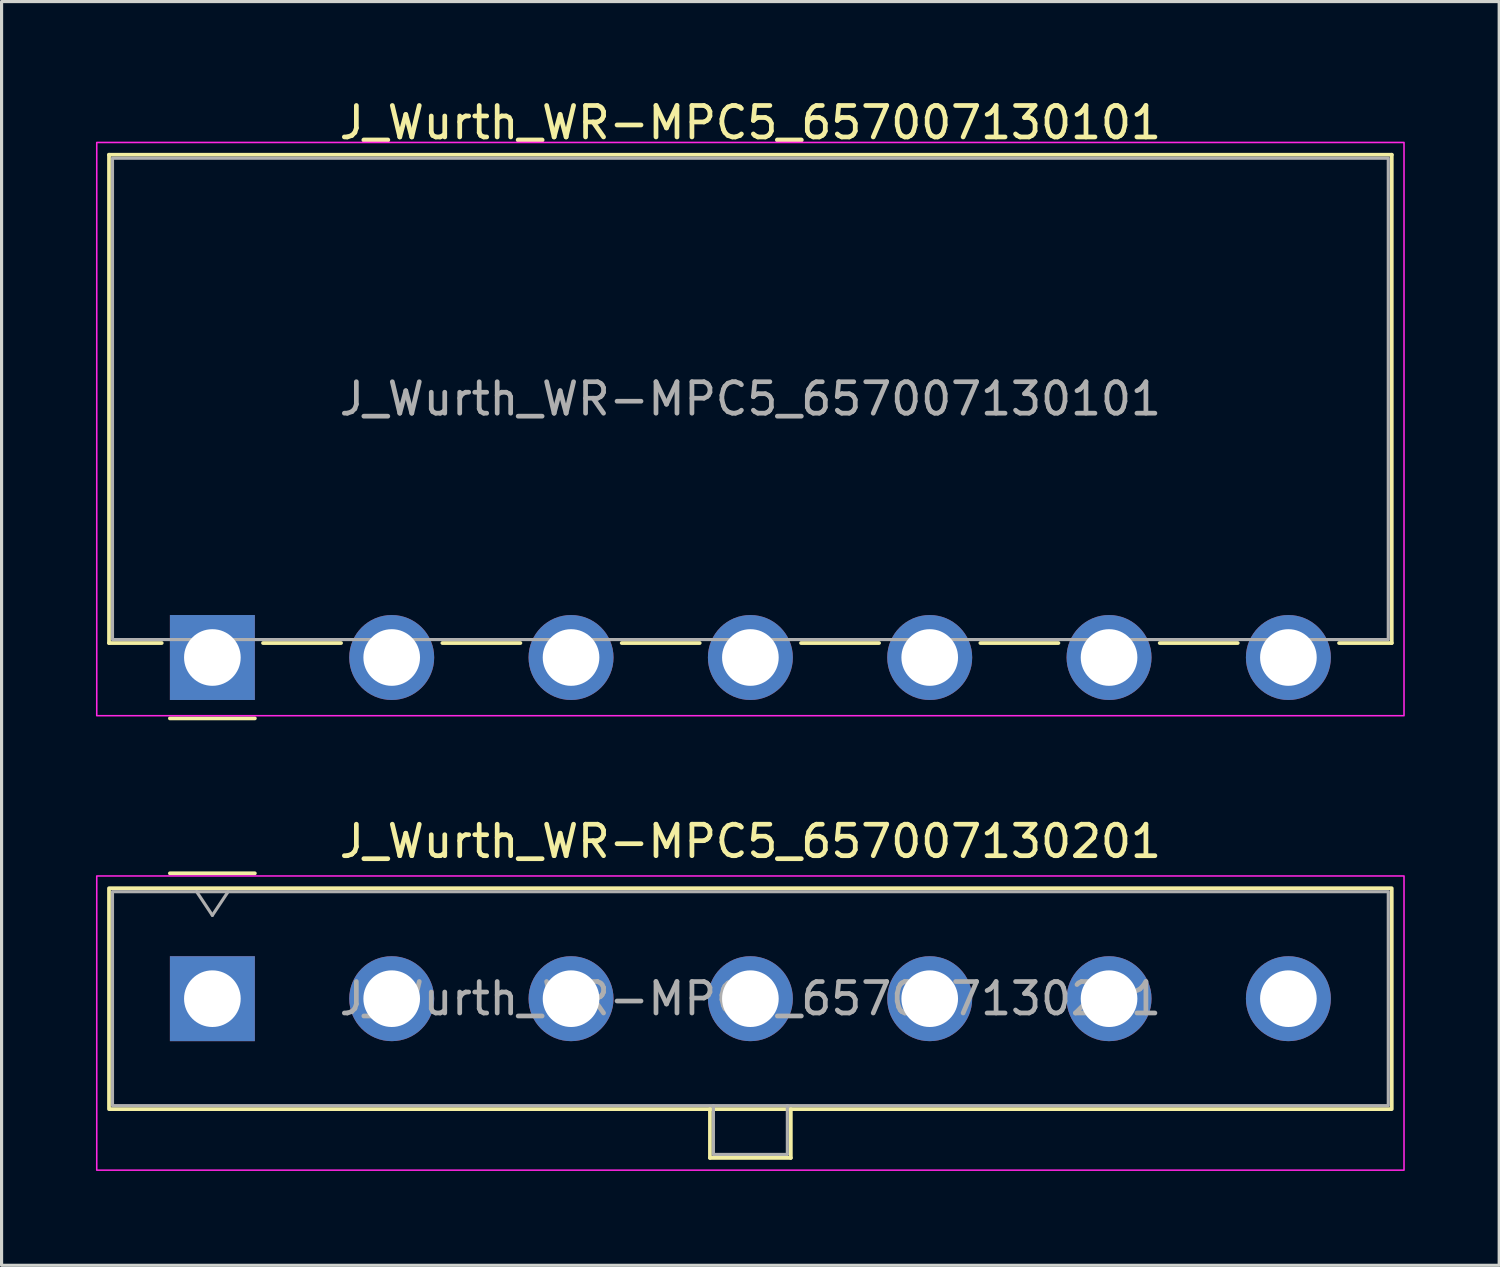
<source format=kicad_pcb>
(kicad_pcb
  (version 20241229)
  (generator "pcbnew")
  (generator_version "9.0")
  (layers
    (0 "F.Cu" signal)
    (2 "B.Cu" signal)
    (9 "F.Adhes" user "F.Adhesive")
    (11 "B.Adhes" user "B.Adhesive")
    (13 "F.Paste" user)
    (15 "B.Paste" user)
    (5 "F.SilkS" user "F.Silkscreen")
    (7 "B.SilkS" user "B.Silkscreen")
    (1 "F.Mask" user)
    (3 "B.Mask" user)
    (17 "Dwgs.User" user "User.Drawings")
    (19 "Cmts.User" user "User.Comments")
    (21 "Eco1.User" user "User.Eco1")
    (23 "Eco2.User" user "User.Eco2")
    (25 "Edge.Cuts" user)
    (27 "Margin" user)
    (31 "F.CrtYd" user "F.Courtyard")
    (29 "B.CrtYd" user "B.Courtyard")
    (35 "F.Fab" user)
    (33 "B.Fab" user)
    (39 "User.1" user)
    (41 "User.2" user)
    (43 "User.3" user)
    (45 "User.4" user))
  (footprint "J_Wurth_WR-MPC5_657007130101"
    (layer "F.Cu")
    (at 3.7 17.848)
    (property "Reference" "J_Wurth_WR-MPC5_657007130101" (at 17.1 -17 0) (unlocked yes) (layer "F.SilkS") (effects (font (size 1 1) (thickness 0.15))))
    (attr through_hole)
    (fp_line (start -3.285 -15.98) (end -3.285 -0.46) (stroke (width 0.12) (type solid)) (layer "F.SilkS"))
    (fp_line (start -3.285 -15.98) (end 37.485 -15.98) (stroke (width 0.12) (type solid)) (layer "F.SilkS"))
    (fp_line (start -1.61 -0.46) (end -3.285 -0.46) (stroke (width 0.12) (type solid)) (layer "F.SilkS"))
    (fp_line (start 1.35 1.935) (end -1.35 1.935) (stroke (width 0.12) (type solid)) (layer "F.SilkS"))
    (fp_line (start 4.09 -0.46) (end 1.61 -0.46) (stroke (width 0.12) (type solid)) (layer "F.SilkS"))
    (fp_line (start 9.79 -0.46) (end 7.31 -0.46) (stroke (width 0.12) (type solid)) (layer "F.SilkS"))
    (fp_line (start 15.49 -0.46) (end 13.01 -0.46) (stroke (width 0.12) (type solid)) (layer "F.SilkS"))
    (fp_line (start 21.19 -0.46) (end 18.71 -0.46) (stroke (width 0.12) (type solid)) (layer "F.SilkS"))
    (fp_line (start 26.89 -0.46) (end 24.41 -0.46) (stroke (width 0.12) (type solid)) (layer "F.SilkS"))
    (fp_line (start 32.59 -0.46) (end 30.11 -0.46) (stroke (width 0.12) (type solid)) (layer "F.SilkS"))
    (fp_line (start 35.81 -0.46) (end 37.485 -0.46) (stroke (width 0.12) (type solid)) (layer "F.SilkS"))
    (fp_line (start 37.485 -15.98) (end 37.485 -0.46) (stroke (width 0.12) (type solid)) (layer "F.SilkS"))
    (fp_rect (start -3.675 -16.37) (end 37.875 1.85) (stroke (width 0.05) (type solid)) (fill no) (layer "F.CrtYd"))
    (fp_line (start 0 0.18) (end -0.5 -0.57) (stroke (width 0.1) (type solid)) (layer "F.Fab"))
    (fp_line (start 0 0.18) (end 0.5 -0.57) (stroke (width 0.1) (type solid)) (layer "F.Fab"))
    (fp_rect (start -3.175 -15.87) (end 37.375 -0.57) (stroke (width 0.1) (type solid)) (fill no) (layer "F.Fab"))
    (fp_text user "${REFERENCE}" (at 17.1 -8.22 0) (unlocked yes) (layer "F.Fab") (effects (font (size 1 1) (thickness 0.15))))
    (pad "1" thru_hole rect (at 0 0 180) (size 2.7 2.7) (drill 1.8) (layers "*.Cu" "*.Mask"))
    (pad "2" thru_hole circle (at 5.7 0 180) (size 2.7 2.7) (drill 1.8) (layers "*.Cu" "*.Mask"))
    (pad "3" thru_hole circle (at 11.4 0 180) (size 2.7 2.7) (drill 1.8) (layers "*.Cu" "*.Mask"))
    (pad "4" thru_hole circle (at 17.1 0 180) (size 2.7 2.7) (drill 1.8) (layers "*.Cu" "*.Mask"))
    (pad "5" thru_hole circle (at 22.8 0 180) (size 2.7 2.7) (drill 1.8) (layers "*.Cu" "*.Mask"))
    (pad "6" thru_hole circle (at 28.5 0 180) (size 2.7 2.7) (drill 1.8) (layers "*.Cu" "*.Mask"))
    (pad "7" thru_hole circle (at 34.2 0 180) (size 2.7 2.7) (drill 1.8) (layers "*.Cu" "*.Mask")))
  (footprint "J_Wurth_WR-MPC5_657007130201"
    (layer "F.Cu")
    (at 3.7 28.692)
    (property "Reference" "J_Wurth_WR-MPC5_657007130201" (at 17.1 -5 0) (unlocked yes) (layer "F.SilkS") (effects (font (size 1 1) (thickness 0.15))))
    (attr through_hole)
    (fp_line (start -1.35 -3.985) (end 1.35 -3.985) (stroke (width 0.12) (type solid)) (layer "F.SilkS"))
    (fp_line (start 15.815 3.51) (end 15.815 5.06) (stroke (width 0.12) (type solid)) (layer "F.SilkS"))
    (fp_line (start 15.815 5.06) (end 18.385 5.06) (stroke (width 0.12) (type solid)) (layer "F.SilkS"))
    (fp_line (start 18.385 3.51) (end 18.385 5.06) (stroke (width 0.12) (type solid)) (layer "F.SilkS"))
    (fp_rect (start -3.285 -3.51) (end 37.485 3.51) (stroke (width 0.12) (type solid)) (fill no) (layer "F.SilkS"))
    (fp_rect (start -3.675 -3.9) (end 37.875 5.45) (stroke (width 0.05) (type solid)) (fill no) (layer "F.CrtYd"))
    (fp_line (start 0 -2.65) (end -0.5 -3.4) (stroke (width 0.1) (type solid)) (layer "F.Fab"))
    (fp_line (start 0 -2.65) (end 0.5 -3.4) (stroke (width 0.1) (type solid)) (layer "F.Fab"))
    (fp_line (start 15.925 4.95) (end 15.925 3.4) (stroke (width 0.1) (type solid)) (layer "F.Fab"))
    (fp_line (start 18.275 3.4) (end 18.275 4.95) (stroke (width 0.1) (type solid)) (layer "F.Fab"))
    (fp_line (start 18.275 4.95) (end 15.925 4.95) (stroke (width 0.1) (type solid)) (layer "F.Fab"))
    (fp_rect (start -3.175 -3.4) (end 37.375 3.4) (stroke (width 0.1) (type solid)) (fill no) (layer "F.Fab"))
    (fp_text user "${REFERENCE}" (at 17.1 0 0) (unlocked yes) (layer "F.Fab") (effects (font (size 1 1) (thickness 0.15))))
    (pad "1" thru_hole rect (at 0 0 180) (size 2.7 2.7) (drill 1.8) (layers "*.Cu" "*.Mask"))
    (pad "2" thru_hole circle (at 5.7 0 180) (size 2.7 2.7) (drill 1.8) (layers "*.Cu" "*.Mask"))
    (pad "3" thru_hole circle (at 11.4 0 180) (size 2.7 2.7) (drill 1.8) (layers "*.Cu" "*.Mask"))
    (pad "4" thru_hole circle (at 17.1 0 180) (size 2.7 2.7) (drill 1.8) (layers "*.Cu" "*.Mask"))
    (pad "5" thru_hole circle (at 22.8 0 180) (size 2.7 2.7) (drill 1.8) (layers "*.Cu" "*.Mask"))
    (pad "6" thru_hole circle (at 28.5 0 180) (size 2.7 2.7) (drill 1.8) (layers "*.Cu" "*.Mask"))
    (pad "7" thru_hole circle (at 34.2 0 180) (size 2.7 2.7) (drill 1.8) (layers "*.Cu" "*.Mask")))
  (gr_rect
    (start -3 -3)
    (end 44.6 37.166)
    (stroke (width 0.1) (type default))
    (fill no)
    (layer "Edge.Cuts")))
</source>
